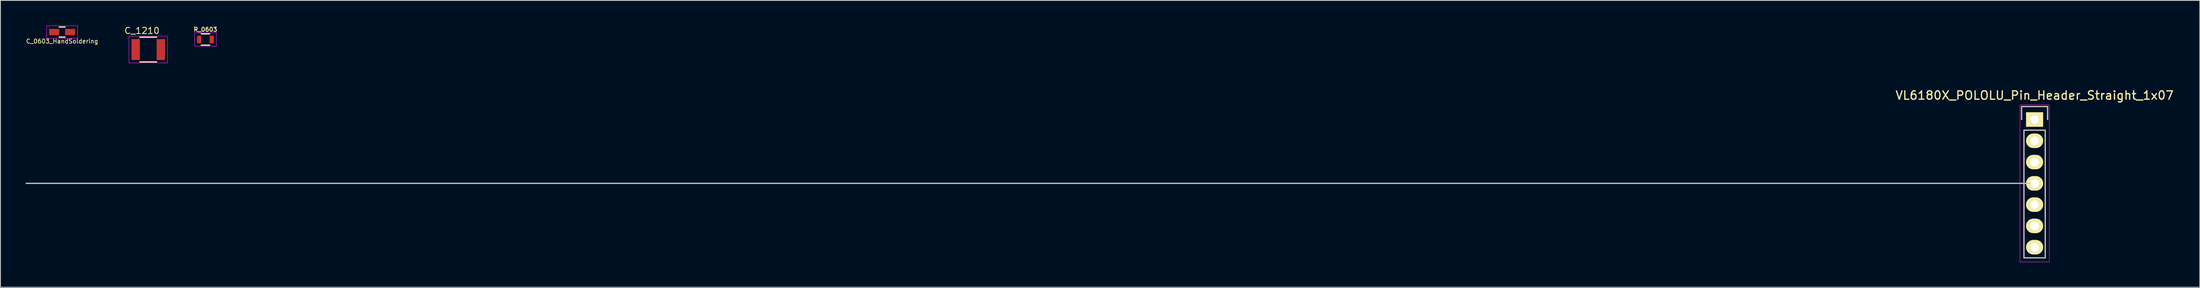
<source format=kicad_pcb>
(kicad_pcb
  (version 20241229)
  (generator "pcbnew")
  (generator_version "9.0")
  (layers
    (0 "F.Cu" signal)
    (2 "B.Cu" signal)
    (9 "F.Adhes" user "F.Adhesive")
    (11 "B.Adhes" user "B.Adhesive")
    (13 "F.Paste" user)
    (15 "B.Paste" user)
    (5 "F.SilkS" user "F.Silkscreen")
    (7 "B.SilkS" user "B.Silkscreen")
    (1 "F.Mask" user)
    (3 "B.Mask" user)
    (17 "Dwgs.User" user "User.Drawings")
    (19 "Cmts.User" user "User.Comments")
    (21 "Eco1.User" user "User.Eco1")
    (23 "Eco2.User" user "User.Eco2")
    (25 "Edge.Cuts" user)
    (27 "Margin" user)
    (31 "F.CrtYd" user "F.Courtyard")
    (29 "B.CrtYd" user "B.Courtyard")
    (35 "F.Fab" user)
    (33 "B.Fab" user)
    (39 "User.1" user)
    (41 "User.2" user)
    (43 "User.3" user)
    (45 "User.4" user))
  (footprint "VL6180X_POLOLU_Pin_Header_Straight_1x07"
    (layer "F.Cu")
    (at 239.535 18.837)
    (property "Reference" "VL6180X_POLOLU_Pin_Header_Straight_1x07" (at 0 -10.5 0) (layer "F.SilkS") (effects (font (size 1 1) (thickness 0.15))))
    (attr through_hole)
    (fp_line (start -122.42 7.62) (end -122.41 7.62) (stroke (width 0.15) (type solid)) (layer "B.Paste"))
    (fp_line (start -1.55 -9.17) (end 1.55 -9.17) (stroke (width 0.15) (type solid)) (layer "Dwgs.User"))
    (fp_line (start -1.55 -7.62) (end -1.55 -9.17) (stroke (width 0.15) (type solid)) (layer "Dwgs.User"))
    (fp_line (start -1.27 8.89) (end -1.27 -6.35) (stroke (width 0.15) (type solid)) (layer "Dwgs.User"))
    (fp_line (start 0 0) (end -239.46 0) (stroke (width 0.15) (type solid)) (layer "Dwgs.User"))
    (fp_line (start 1.27 -6.35) (end -1.27 -6.35) (stroke (width 0.15) (type solid)) (layer "Dwgs.User"))
    (fp_line (start 1.27 -6.35) (end 1.27 8.89) (stroke (width 0.15) (type solid)) (layer "Dwgs.User"))
    (fp_line (start 1.27 8.89) (end -1.27 8.89) (stroke (width 0.15) (type solid)) (layer "Dwgs.User"))
    (fp_line (start 1.55 -9.17) (end 1.55 -7.62) (stroke (width 0.15) (type solid)) (layer "Dwgs.User"))
    (fp_line (start -1.75 -9.37) (end -1.75 9.38) (stroke (width 0.05) (type solid)) (layer "F.CrtYd"))
    (fp_line (start -1.75 -9.37) (end 1.75 -9.37) (stroke (width 0.05) (type solid)) (layer "F.CrtYd"))
    (fp_line (start -1.75 9.38) (end 1.75 9.38) (stroke (width 0.05) (type solid)) (layer "F.CrtYd"))
    (fp_line (start 1.75 -9.37) (end 1.75 9.38) (stroke (width 0.05) (type solid)) (layer "F.CrtYd"))
    (pad "1" thru_hole rect (at 0 -7.62) (size 2.032 1.727) (drill 1.016) (layers "*.Cu" "*.Mask" "F.SilkS"))
    (pad "2" thru_hole oval (at 0 -5.08) (size 2.032 1.727) (drill 1.016) (layers "*.Cu" "*.Mask" "F.SilkS"))
    (pad "3" thru_hole oval (at 0 -2.54) (size 2.032 1.727) (drill 1.016) (layers "*.Cu" "*.Mask" "F.SilkS"))
    (pad "4" thru_hole oval (at 0 0) (size 2.032 1.727) (drill 1.016) (layers "*.Cu" "*.Mask" "F.SilkS"))
    (pad "5" thru_hole oval (at 0 2.54) (size 2.032 1.727) (drill 1.016) (layers "*.Cu" "*.Mask" "F.SilkS"))
    (pad "6" thru_hole oval (at 0 5.08) (size 2.032 1.727) (drill 1.016) (layers "*.Cu" "*.Mask" "F.SilkS"))
    (pad "7" thru_hole oval (at 0 7.62) (size 2.032 1.727) (drill 1.016) (layers "*.Cu" "*.Mask" "F.SilkS")))
  (footprint "C_1210"
    (layer "F.Cu")
    (at 14.626 2.864)
    (property "Reference" "C_1210" (at -0.75 -2.25 0) (layer "F.SilkS") (effects (font (size 0.75 0.75) (thickness 0.1))))
    (attr smd)
    (fp_line (start -1 1.475) (end 1 1.475) (stroke (width 0.15) (type solid)) (layer "F.SilkS"))
    (fp_line (start 1 -1.475) (end -1 -1.475) (stroke (width 0.15) (type solid)) (layer "F.SilkS"))
    (fp_line (start -2.3 -1.6) (end -2.3 1.6) (stroke (width 0.05) (type solid)) (layer "F.CrtYd"))
    (fp_line (start -2.3 -1.6) (end 2.3 -1.6) (stroke (width 0.05) (type solid)) (layer "F.CrtYd"))
    (fp_line (start -2.3 1.6) (end 2.3 1.6) (stroke (width 0.05) (type solid)) (layer "F.CrtYd"))
    (fp_line (start 2.3 -1.6) (end 2.3 1.6) (stroke (width 0.05) (type solid)) (layer "F.CrtYd"))
    (pad "1" smd rect (at -1.5 0) (size 1 2.5) (layers "F.Cu" "F.Mask" "F.Paste"))
    (pad "2" smd rect (at 1.5 0) (size 1 2.5) (layers "F.Cu" "F.Mask" "F.Paste")))
  (footprint "C_0603_HandSoldering"
    (layer "F.Cu")
    (at 4.356 0.775)
    (property "Reference" "C_0603_HandSoldering" (at 0 1.1 0) (layer "F.SilkS") (effects (font (size 0.5 0.5) (thickness 0.08))))
    (attr smd)
    (fp_line (start -0.35 -0.6) (end 0.35 -0.6) (stroke (width 0.15) (type solid)) (layer "F.SilkS"))
    (fp_line (start 0.35 0.6) (end -0.35 0.6) (stroke (width 0.15) (type solid)) (layer "F.SilkS"))
    (fp_line (start -1.85 -0.75) (end -1.85 0.75) (stroke (width 0.05) (type solid)) (layer "F.CrtYd"))
    (fp_line (start -1.85 -0.75) (end 1.85 -0.75) (stroke (width 0.05) (type solid)) (layer "F.CrtYd"))
    (fp_line (start -1.85 0.75) (end 1.85 0.75) (stroke (width 0.05) (type solid)) (layer "F.CrtYd"))
    (fp_line (start 1.85 -0.75) (end 1.85 0.75) (stroke (width 0.05) (type solid)) (layer "F.CrtYd"))
    (pad "1" smd rect (at -0.95 0) (size 1.2 0.75) (layers "F.Cu" "F.Mask" "F.Paste"))
    (pad "2" smd rect (at 0.95 0) (size 1.2 0.75) (layers "F.Cu" "F.Mask" "F.Paste")))
  (footprint "R_0603"
    (layer "F.Cu")
    (at 21.444 1.668)
    (property "Reference" "R_0603" (at 0 -1.2 0) (layer "F.SilkS") (effects (font (size 0.5 0.5) (thickness 0.1))))
    (attr smd)
    (fp_line (start -0.5 -0.675) (end 0.5 -0.675) (stroke (width 0.15) (type solid)) (layer "F.SilkS"))
    (fp_line (start 0.5 0.675) (end -0.5 0.675) (stroke (width 0.15) (type solid)) (layer "F.SilkS"))
    (fp_line (start -1.3 -0.8) (end -1.3 0.8) (stroke (width 0.05) (type solid)) (layer "F.CrtYd"))
    (fp_line (start -1.3 -0.8) (end 1.3 -0.8) (stroke (width 0.05) (type solid)) (layer "F.CrtYd"))
    (fp_line (start -1.3 0.8) (end 1.3 0.8) (stroke (width 0.05) (type solid)) (layer "F.CrtYd"))
    (fp_line (start 1.3 -0.8) (end 1.3 0.8) (stroke (width 0.05) (type solid)) (layer "F.CrtYd"))
    (pad "1" smd rect (at -0.75 0) (size 0.5 0.9) (layers "F.Cu" "F.Mask" "F.Paste"))
    (pad "2" smd rect (at 0.75 0) (size 0.5 0.9) (layers "F.Cu" "F.Mask" "F.Paste")))
  (gr_rect
    (start -3 -3)
    (end 259.231 31.242)
    (stroke (width 0.1) (type default))
    (fill no)
    (layer "Edge.Cuts")))
</source>
